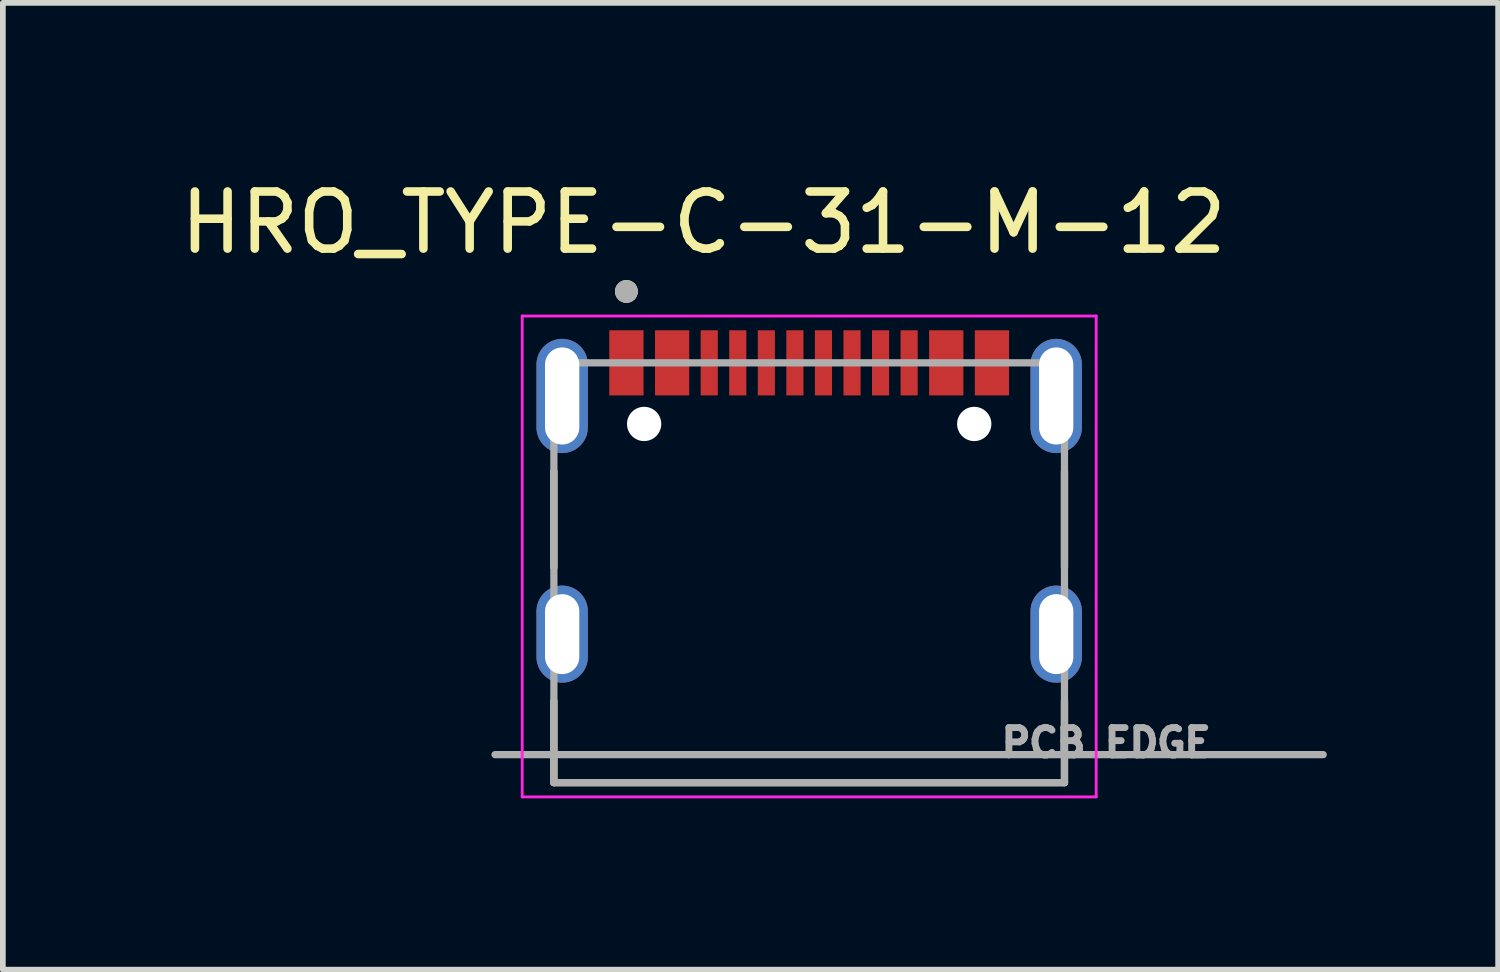
<source format=kicad_pcb>
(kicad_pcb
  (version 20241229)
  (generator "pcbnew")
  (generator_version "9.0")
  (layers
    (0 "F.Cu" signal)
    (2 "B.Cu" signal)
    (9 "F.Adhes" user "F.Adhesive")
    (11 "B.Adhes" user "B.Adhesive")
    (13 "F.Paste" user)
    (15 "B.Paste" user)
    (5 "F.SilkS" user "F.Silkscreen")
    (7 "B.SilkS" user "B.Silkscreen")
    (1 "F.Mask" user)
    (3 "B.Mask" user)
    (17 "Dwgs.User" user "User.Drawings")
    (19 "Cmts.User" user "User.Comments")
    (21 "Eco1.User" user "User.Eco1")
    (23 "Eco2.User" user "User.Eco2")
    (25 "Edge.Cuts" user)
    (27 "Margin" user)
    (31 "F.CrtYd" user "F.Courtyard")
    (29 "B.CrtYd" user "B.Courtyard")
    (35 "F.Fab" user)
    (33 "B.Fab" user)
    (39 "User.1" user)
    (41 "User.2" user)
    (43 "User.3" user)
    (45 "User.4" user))
  (footprint "HRO_TYPE-C-31-M-12"
    (layer "F.Cu")
    (at 11.118 8.053)
    (property "Reference" "HRO_TYPE-C-31-M-12" (at -1.85 -7.205 0) (layer "F.SilkS") (effects (font (size 1 1) (thickness 0.15))))
    (attr through_hole)
    (fp_poly (pts (xy -3.55 -5.37) (xy -2.85 -5.37) (xy -2.85 -4.13) (xy -3.55 -4.13)) (stroke (width 0.01) (type solid)) (fill yes) (layer "F.Mask"))
    (fp_poly (pts (xy -2.75 -5.37) (xy -2.05 -5.37) (xy -2.05 -4.13) (xy -2.75 -4.13)) (stroke (width 0.01) (type solid)) (fill yes) (layer "F.Mask"))
    (fp_poly (pts (xy -1.95 -5.37) (xy -1.55 -5.37) (xy -1.55 -4.13) (xy -1.95 -4.13)) (stroke (width 0.01) (type solid)) (fill yes) (layer "F.Mask"))
    (fp_poly (pts (xy -1.45 -5.37) (xy -1.05 -5.37) (xy -1.05 -4.13) (xy -1.45 -4.13)) (stroke (width 0.01) (type solid)) (fill yes) (layer "F.Mask"))
    (fp_poly (pts (xy -0.95 -5.37) (xy -0.55 -5.37) (xy -0.55 -4.13) (xy -0.95 -4.13)) (stroke (width 0.01) (type solid)) (fill yes) (layer "F.Mask"))
    (fp_poly (pts (xy -0.45 -5.37) (xy -0.05 -5.37) (xy -0.05 -4.13) (xy -0.45 -4.13)) (stroke (width 0.01) (type solid)) (fill yes) (layer "F.Mask"))
    (fp_poly (pts (xy 0.05 -5.37) (xy 0.45 -5.37) (xy 0.45 -4.13) (xy 0.05 -4.13)) (stroke (width 0.01) (type solid)) (fill yes) (layer "F.Mask"))
    (fp_poly (pts (xy 0.55 -5.37) (xy 0.95 -5.37) (xy 0.95 -4.13) (xy 0.55 -4.13)) (stroke (width 0.01) (type solid)) (fill yes) (layer "F.Mask"))
    (fp_poly (pts (xy 1.05 -5.37) (xy 1.45 -5.37) (xy 1.45 -4.13) (xy 1.05 -4.13)) (stroke (width 0.01) (type solid)) (fill yes) (layer "F.Mask"))
    (fp_poly (pts (xy 1.55 -5.37) (xy 1.95 -5.37) (xy 1.95 -4.13) (xy 1.55 -4.13)) (stroke (width 0.01) (type solid)) (fill yes) (layer "F.Mask"))
    (fp_poly (pts (xy 2.05 -5.37) (xy 2.75 -5.37) (xy 2.75 -4.13) (xy 2.05 -4.13)) (stroke (width 0.01) (type solid)) (fill yes) (layer "F.Mask"))
    (fp_poly (pts (xy 2.85 -5.37) (xy 3.55 -5.37) (xy 3.55 -4.13) (xy 2.85 -4.13)) (stroke (width 0.01) (type solid)) (fill yes) (layer "F.Mask"))
    (fp_line (start -4.47 -2.85) (end -4.47 -1.17) (stroke (width 0.127) (type solid)) (layer "F.SilkS"))
    (fp_line (start -4.47 2.6) (end -4.47 1.17) (stroke (width 0.127) (type solid)) (layer "F.SilkS"))
    (fp_line (start -4.47 2.6) (end 4.47 2.6) (stroke (width 0.127) (type solid)) (layer "F.SilkS"))
    (fp_line (start 4.47 -2.85) (end 4.47 -1.17) (stroke (width 0.127) (type solid)) (layer "F.SilkS"))
    (fp_line (start 4.47 2.6) (end 4.47 1.17) (stroke (width 0.127) (type solid)) (layer "F.SilkS"))
    (fp_circle (center -3.2 -6) (end -3.1 -6) (stroke (width 0.2) (type solid)) (fill no) (layer "F.SilkS"))
    (fp_line (start -5.025 -5.57) (end -5.025 2.85) (stroke (width 0.05) (type solid)) (layer "F.CrtYd"))
    (fp_line (start -5.025 2.85) (end 5.025 2.85) (stroke (width 0.05) (type solid)) (layer "F.CrtYd"))
    (fp_line (start 5.025 -5.57) (end -5.025 -5.57) (stroke (width 0.05) (type solid)) (layer "F.CrtYd"))
    (fp_line (start 5.025 2.85) (end 5.025 -5.57) (stroke (width 0.05) (type solid)) (layer "F.CrtYd"))
    (fp_line (start -5.5 2.11) (end 9 2.11) (stroke (width 0.127) (type solid)) (layer "F.Fab"))
    (fp_line (start -4.47 -4.75) (end -4.47 2.6) (stroke (width 0.127) (type solid)) (layer "F.Fab"))
    (fp_line (start -4.47 2.6) (end 4.47 2.6) (stroke (width 0.127) (type solid)) (layer "F.Fab"))
    (fp_line (start 4.47 -4.75) (end -4.47 -4.75) (stroke (width 0.127) (type solid)) (layer "F.Fab"))
    (fp_line (start 4.47 2.6) (end 4.47 -4.75) (stroke (width 0.127) (type solid)) (layer "F.Fab"))
    (fp_circle (center -3.2 -6) (end -3.1 -6) (stroke (width 0.2) (type solid)) (fill no) (layer "F.Fab"))
    (fp_text user "PCB EDGE" (at 5.2 1.9 0) (layer "F.Fab") (effects (font (size 0.48 0.48) (thickness 0.15))))
    (pad "" np_thru_hole circle (at -2.89 -3.68) (size 0.6 0.6) (drill 0.6) (layers "*.Cu" "*.Mask"))
    (pad "" np_thru_hole circle (at 2.89 -3.68) (size 0.6 0.6) (drill 0.6) (layers "*.Cu" "*.Mask"))
    (pad "A1_B12" smd rect (at -3.2 -4.75) (size 0.6 1.14) (layers "F.Cu" "F.Paste"))
    (pad "A4_B9" smd rect (at -2.4 -4.75) (size 0.6 1.14) (layers "F.Cu" "F.Paste"))
    (pad "A5" smd rect (at -1.25 -4.75) (size 0.3 1.14) (layers "F.Cu" "F.Paste"))
    (pad "A6" smd rect (at -0.25 -4.75) (size 0.3 1.14) (layers "F.Cu" "F.Paste"))
    (pad "A7" smd rect (at 0.25 -4.75) (size 0.3 1.14) (layers "F.Cu" "F.Paste"))
    (pad "A8" smd rect (at 1.25 -4.75) (size 0.3 1.14) (layers "F.Cu" "F.Paste"))
    (pad "B1_A12" smd rect (at 3.2 -4.75) (size 0.6 1.14) (layers "F.Cu" "F.Paste"))
    (pad "B4_A9" smd rect (at 2.4 -4.75) (size 0.6 1.14) (layers "F.Cu" "F.Paste"))
    (pad "B5" smd rect (at 1.75 -4.75) (size 0.3 1.14) (layers "F.Cu" "F.Paste"))
    (pad "B6" smd rect (at 0.75 -4.75) (size 0.3 1.14) (layers "F.Cu" "F.Paste"))
    (pad "B7" smd rect (at -0.75 -4.75) (size 0.3 1.14) (layers "F.Cu" "F.Paste"))
    (pad "B8" smd rect (at -1.75 -4.75) (size 0.3 1.14) (layers "F.Cu" "F.Paste"))
    (pad "S1" thru_hole oval (at -4.325 -4.17) (size 0.9 2) (drill oval 0.6 1.7) (layers "*.Cu" "*.Mask"))
    (pad "S2" thru_hole oval (at 4.325 -4.17) (size 0.9 2) (drill oval 0.6 1.7) (layers "*.Cu" "*.Mask"))
    (pad "S3" thru_hole oval (at -4.325 0) (size 0.9 1.7) (drill oval 0.6 1.4) (layers "*.Cu" "*.Mask"))
    (pad "S4" thru_hole oval (at 4.325 0) (size 0.9 1.7) (drill oval 0.6 1.4) (layers "*.Cu" "*.Mask")))
  (gr_rect
    (start -3 -3)
    (end 23.181 13.928)
    (stroke (width 0.1) (type default))
    (fill no)
    (layer "Edge.Cuts")))
</source>
